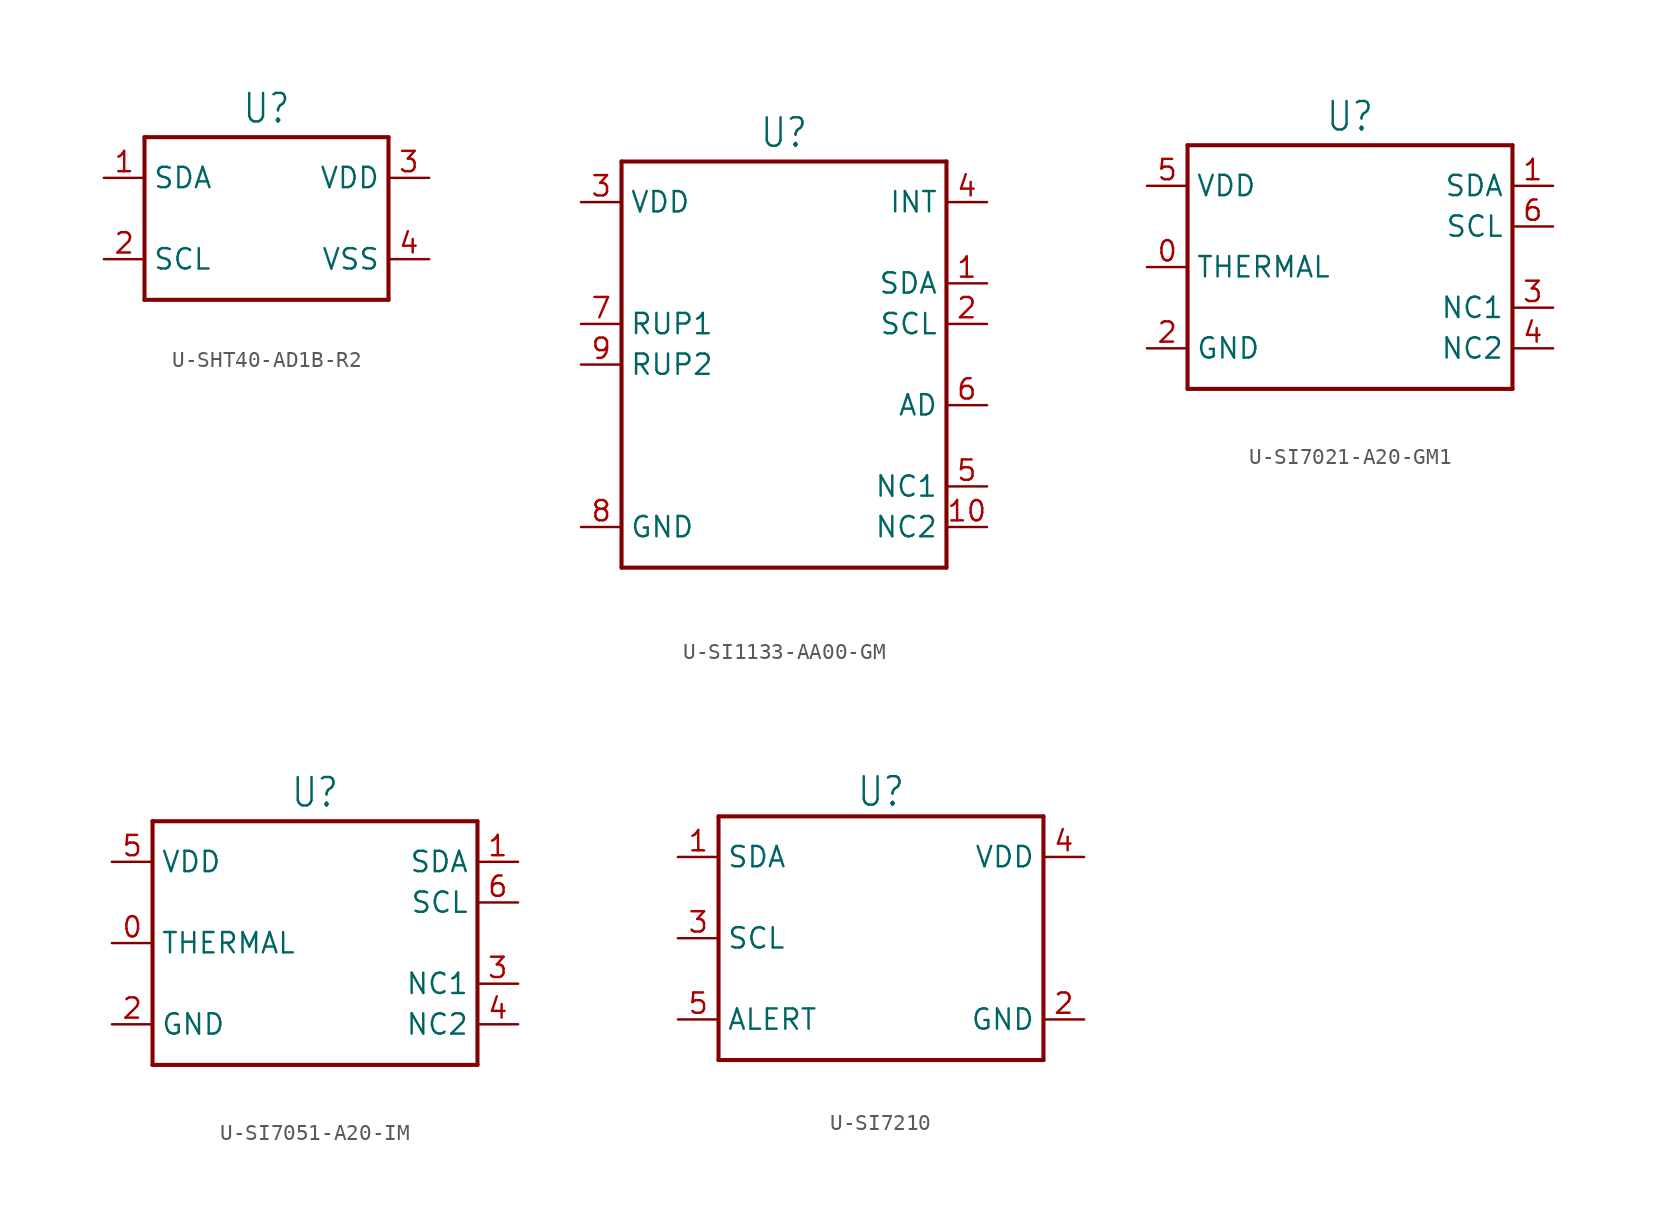
<source format=kicad_sym>
(kicad_symbol_lib
  (version 20231120)
  (generator "kicad_symbol_editor")
  (generator_version "8.0")
  (symbol "U-SHT40-AD1B-R2"
    (property "Reference" "U"
      (at 0 5.842 0)
      (effects (font (size 1.778 1.511)) (justify bottom)))
    (property "Value" ""
      (at 0 -5.842 0)
      (effects (font (size 1.778 1.511)) (justify top)))
    (property "ki_locked" ""
      (at 0 0 0)
      (effects (font (size 1.27 1.27))))
    (symbol "U-SHT40-AD1B-R2_1_0"
      (polyline (pts (xy -7.62 -5.08) (xy -7.62 5.08)) (stroke (width 0.254) (type solid)) (fill (type none)))
      (polyline (pts (xy -7.62 5.08) (xy 7.62 5.08)) (stroke (width 0.254) (type solid)) (fill (type none)))
      (polyline (pts (xy 7.62 -5.08) (xy -7.62 -5.08)) (stroke (width 0.254) (type solid)) (fill (type none)))
      (polyline (pts (xy 7.62 5.08) (xy 7.62 -5.08)) (stroke (width 0.254) (type solid)) (fill (type none)))
      (pin passive line (at -10.16 2.54 0) (length 2.54) (name "SDA" (effects (font (size 1.27 1.27)))) (number "1" (effects (font (size 1.27 1.27)))))
      (pin passive line (at -10.16 -2.54 0) (length 2.54) (name "SCL" (effects (font (size 1.27 1.27)))) (number "2" (effects (font (size 1.27 1.27)))))
      (pin passive line (at 10.16 2.54 180) (length 2.54) (name "VDD" (effects (font (size 1.27 1.27)))) (number "3" (effects (font (size 1.27 1.27)))))
      (pin passive line (at 10.16 -2.54 180) (length 2.54) (name "VSS" (effects (font (size 1.27 1.27)))) (number "4" (effects (font (size 1.27 1.27)))))))
  (symbol "U-SI1133-AA00-GM"
    (property "Reference" "U"
      (at 0 13.462 0)
      (effects (font (size 1.778 1.511)) (justify bottom)))
    (property "Value" ""
      (at 0 -13.462 0)
      (effects (font (size 1.778 1.511)) (justify top)))
    (property "ki_locked" ""
      (at 0 0 0)
      (effects (font (size 1.27 1.27))))
    (symbol "U-SI1133-AA00-GM_1_0"
      (polyline (pts (xy -10.16 -12.7) (xy -10.16 12.7)) (stroke (width 0.254) (type solid)) (fill (type none)))
      (polyline (pts (xy -10.16 12.7) (xy 10.16 12.7)) (stroke (width 0.254) (type solid)) (fill (type none)))
      (polyline (pts (xy 10.16 -12.7) (xy -10.16 -12.7)) (stroke (width 0.254) (type solid)) (fill (type none)))
      (polyline (pts (xy 10.16 12.7) (xy 10.16 -12.7)) (stroke (width 0.254) (type solid)) (fill (type none)))
      (pin passive line (at 12.7 5.08 180) (length 2.54) (name "SDA" (effects (font (size 1.27 1.27)))) (number "1" (effects (font (size 1.27 1.27)))))
      (pin passive line (at 12.7 -10.16 180) (length 2.54) (name "NC2" (effects (font (size 1.27 1.27)))) (number "10" (effects (font (size 1.27 1.27)))))
      (pin passive line (at 12.7 2.54 180) (length 2.54) (name "SCL" (effects (font (size 1.27 1.27)))) (number "2" (effects (font (size 1.27 1.27)))))
      (pin passive line (at -12.7 10.16 0) (length 2.54) (name "VDD" (effects (font (size 1.27 1.27)))) (number "3" (effects (font (size 1.27 1.27)))))
      (pin passive line (at 12.7 10.16 180) (length 2.54) (name "INT" (effects (font (size 1.27 1.27)))) (number "4" (effects (font (size 1.27 1.27)))))
      (pin passive line (at 12.7 -7.62 180) (length 2.54) (name "NC1" (effects (font (size 1.27 1.27)))) (number "5" (effects (font (size 1.27 1.27)))))
      (pin passive line (at 12.7 -2.54 180) (length 2.54) (name "AD" (effects (font (size 1.27 1.27)))) (number "6" (effects (font (size 1.27 1.27)))))
      (pin passive line (at -12.7 2.54 0) (length 2.54) (name "RUP1" (effects (font (size 1.27 1.27)))) (number "7" (effects (font (size 1.27 1.27)))))
      (pin passive line (at -12.7 -10.16 0) (length 2.54) (name "GND" (effects (font (size 1.27 1.27)))) (number "8" (effects (font (size 1.27 1.27)))))
      (pin passive line (at -12.7 0 0) (length 2.54) (name "RUP2" (effects (font (size 1.27 1.27)))) (number "9" (effects (font (size 1.27 1.27)))))))
  (symbol "U-SI7021-A20-GM1"
    (property "Reference" "U"
      (at 0 8.382 0)
      (effects (font (size 1.778 1.511)) (justify bottom)))
    (property "Value" ""
      (at 0 -8.382 0)
      (effects (font (size 1.778 1.511)) (justify top)))
    (property "ki_locked" ""
      (at 0 0 0)
      (effects (font (size 1.27 1.27))))
    (symbol "U-SI7021-A20-GM1_1_0"
      (polyline (pts (xy -10.16 -7.62) (xy -10.16 7.62)) (stroke (width 0.254) (type solid)) (fill (type none)))
      (polyline (pts (xy -10.16 7.62) (xy 10.16 7.62)) (stroke (width 0.254) (type solid)) (fill (type none)))
      (polyline (pts (xy 10.16 -7.62) (xy -10.16 -7.62)) (stroke (width 0.254) (type solid)) (fill (type none)))
      (polyline (pts (xy 10.16 7.62) (xy 10.16 -7.62)) (stroke (width 0.254) (type solid)) (fill (type none)))
      (pin passive line (at -12.7 0 0) (length 2.54) (name "THERMAL" (effects (font (size 1.27 1.27)))) (number "0" (effects (font (size 1.27 1.27)))))
      (pin passive line (at 12.7 5.08 180) (length 2.54) (name "SDA" (effects (font (size 1.27 1.27)))) (number "1" (effects (font (size 1.27 1.27)))))
      (pin passive line (at -12.7 -5.08 0) (length 2.54) (name "GND" (effects (font (size 1.27 1.27)))) (number "2" (effects (font (size 1.27 1.27)))))
      (pin passive line (at 12.7 -2.54 180) (length 2.54) (name "NC1" (effects (font (size 1.27 1.27)))) (number "3" (effects (font (size 1.27 1.27)))))
      (pin passive line (at 12.7 -5.08 180) (length 2.54) (name "NC2" (effects (font (size 1.27 1.27)))) (number "4" (effects (font (size 1.27 1.27)))))
      (pin passive line (at -12.7 5.08 0) (length 2.54) (name "VDD" (effects (font (size 1.27 1.27)))) (number "5" (effects (font (size 1.27 1.27)))))
      (pin passive line (at 12.7 2.54 180) (length 2.54) (name "SCL" (effects (font (size 1.27 1.27)))) (number "6" (effects (font (size 1.27 1.27)))))))
  (symbol "U-SI7051-A20-IM"
    (property "Reference" "U"
      (at 0 8.382 0)
      (effects (font (size 1.778 1.511)) (justify bottom)))
    (property "Value" ""
      (at 0 -8.382 0)
      (effects (font (size 1.778 1.511)) (justify top)))
    (property "ki_locked" ""
      (at 0 0 0)
      (effects (font (size 1.27 1.27))))
    (symbol "U-SI7051-A20-IM_1_0"
      (polyline (pts (xy -10.16 -7.62) (xy -10.16 7.62)) (stroke (width 0.254) (type solid)) (fill (type none)))
      (polyline (pts (xy -10.16 7.62) (xy 10.16 7.62)) (stroke (width 0.254) (type solid)) (fill (type none)))
      (polyline (pts (xy 10.16 -7.62) (xy -10.16 -7.62)) (stroke (width 0.254) (type solid)) (fill (type none)))
      (polyline (pts (xy 10.16 7.62) (xy 10.16 -7.62)) (stroke (width 0.254) (type solid)) (fill (type none)))
      (pin passive line (at -12.7 0 0) (length 2.54) (name "THERMAL" (effects (font (size 1.27 1.27)))) (number "0" (effects (font (size 1.27 1.27)))))
      (pin passive line (at 12.7 5.08 180) (length 2.54) (name "SDA" (effects (font (size 1.27 1.27)))) (number "1" (effects (font (size 1.27 1.27)))))
      (pin passive line (at -12.7 -5.08 0) (length 2.54) (name "GND" (effects (font (size 1.27 1.27)))) (number "2" (effects (font (size 1.27 1.27)))))
      (pin passive line (at 12.7 -2.54 180) (length 2.54) (name "NC1" (effects (font (size 1.27 1.27)))) (number "3" (effects (font (size 1.27 1.27)))))
      (pin passive line (at 12.7 -5.08 180) (length 2.54) (name "NC2" (effects (font (size 1.27 1.27)))) (number "4" (effects (font (size 1.27 1.27)))))
      (pin passive line (at -12.7 5.08 0) (length 2.54) (name "VDD" (effects (font (size 1.27 1.27)))) (number "5" (effects (font (size 1.27 1.27)))))
      (pin passive line (at 12.7 2.54 180) (length 2.54) (name "SCL" (effects (font (size 1.27 1.27)))) (number "6" (effects (font (size 1.27 1.27)))))))
  (symbol "U-SI7210"
    (property "Reference" "U"
      (at 0 8.128 0)
      (effects (font (size 1.778 1.511)) (justify bottom)))
    (property "Value" ""
      (at 0 -8.128 0)
      (effects (font (size 1.778 1.511)) (justify top)))
    (property "ki_locked" ""
      (at 0 0 0)
      (effects (font (size 1.27 1.27))))
    (symbol "U-SI7210_1_0"
      (polyline (pts (xy -10.16 -7.62) (xy -10.16 7.62)) (stroke (width 0.254) (type solid)) (fill (type none)))
      (polyline (pts (xy -10.16 7.62) (xy 10.16 7.62)) (stroke (width 0.254) (type solid)) (fill (type none)))
      (polyline (pts (xy 10.16 -7.62) (xy -10.16 -7.62)) (stroke (width 0.254) (type solid)) (fill (type none)))
      (polyline (pts (xy 10.16 7.62) (xy 10.16 -7.62)) (stroke (width 0.254) (type solid)) (fill (type none)))
      (pin passive line (at -12.7 5.08 0) (length 2.54) (name "SDA" (effects (font (size 1.27 1.27)))) (number "1" (effects (font (size 1.27 1.27)))))
      (pin passive line (at 12.7 -5.08 180) (length 2.54) (name "GND" (effects (font (size 1.27 1.27)))) (number "2" (effects (font (size 1.27 1.27)))))
      (pin passive line (at -12.7 0 0) (length 2.54) (name "SCL" (effects (font (size 1.27 1.27)))) (number "3" (effects (font (size 1.27 1.27)))))
      (pin passive line (at 12.7 5.08 180) (length 2.54) (name "VDD" (effects (font (size 1.27 1.27)))) (number "4" (effects (font (size 1.27 1.27)))))
      (pin passive line (at -12.7 -5.08 0) (length 2.54) (name "ALERT" (effects (font (size 1.27 1.27)))) (number "5" (effects (font (size 1.27 1.27))))))))
</source>
